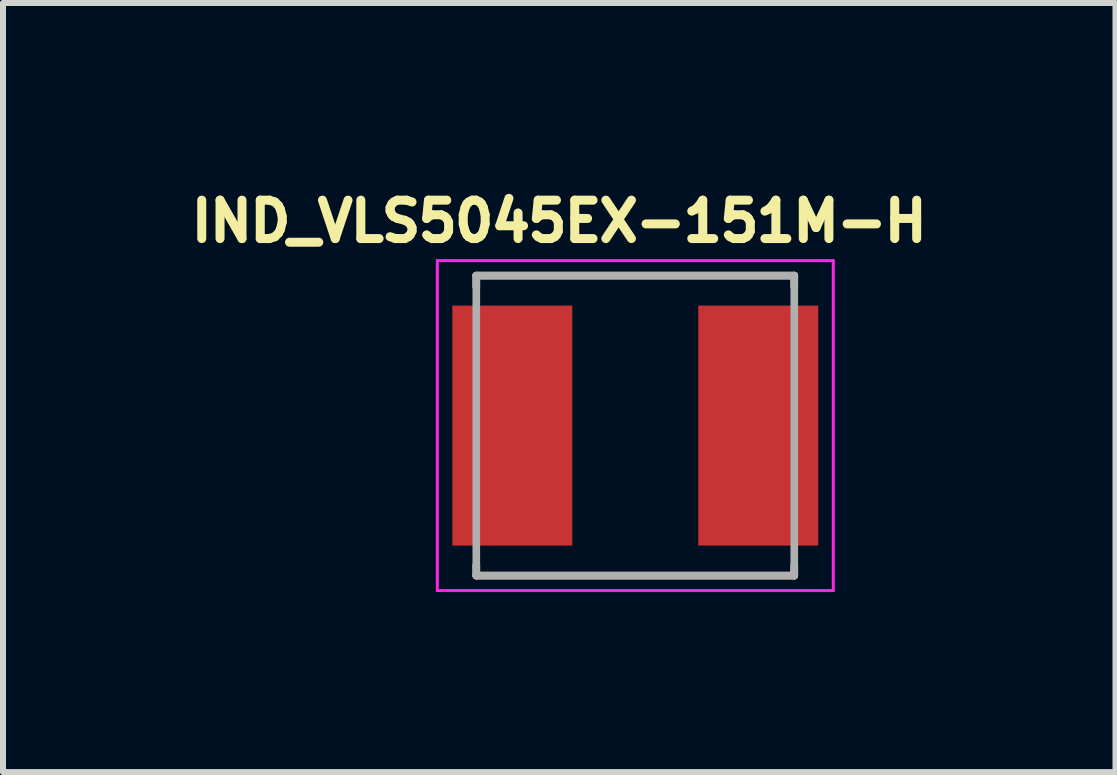
<source format=kicad_pcb>
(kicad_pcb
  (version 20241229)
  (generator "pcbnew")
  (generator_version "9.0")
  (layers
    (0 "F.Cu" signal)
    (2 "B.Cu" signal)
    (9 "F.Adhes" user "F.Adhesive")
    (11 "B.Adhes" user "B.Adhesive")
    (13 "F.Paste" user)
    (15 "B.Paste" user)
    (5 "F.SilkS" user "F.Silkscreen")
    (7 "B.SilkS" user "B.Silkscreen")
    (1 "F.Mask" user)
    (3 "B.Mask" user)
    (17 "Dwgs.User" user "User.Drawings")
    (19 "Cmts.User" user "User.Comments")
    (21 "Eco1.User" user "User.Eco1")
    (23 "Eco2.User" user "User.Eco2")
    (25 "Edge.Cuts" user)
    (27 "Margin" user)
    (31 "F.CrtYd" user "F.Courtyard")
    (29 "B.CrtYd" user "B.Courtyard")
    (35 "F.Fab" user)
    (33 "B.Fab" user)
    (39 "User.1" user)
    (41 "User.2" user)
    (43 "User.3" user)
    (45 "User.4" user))
  (footprint "IND_VLS5045EX-151M-H"
    (layer "F.Cu")
    (at 7.539 4.044)
    (property "Reference" "IND_VLS5045EX-151M-H" (at -1.268 -3.406 0) (layer "F.SilkS") (effects (font (size 0.64 0.64) (thickness 0.15))))
    (attr smd)
    (fp_line (start -2.65 -2.5) (end -2.65 -2.32) (stroke (width 0.127) (type solid)) (layer "F.SilkS"))
    (fp_line (start -2.65 -2.5) (end 2.65 -2.5) (stroke (width 0.127) (type solid)) (layer "F.SilkS"))
    (fp_line (start -2.65 2.5) (end -2.65 2.32) (stroke (width 0.127) (type solid)) (layer "F.SilkS"))
    (fp_line (start -2.65 2.5) (end 2.65 2.5) (stroke (width 0.127) (type solid)) (layer "F.SilkS"))
    (fp_line (start 2.65 -2.5) (end 2.65 -2.32) (stroke (width 0.127) (type solid)) (layer "F.SilkS"))
    (fp_line (start 2.65 2.5) (end 2.65 2.32) (stroke (width 0.127) (type solid)) (layer "F.SilkS"))
    (fp_line (start -3.3 -2.75) (end -3.3 2.75) (stroke (width 0.05) (type solid)) (layer "F.CrtYd"))
    (fp_line (start -3.3 2.75) (end 3.3 2.75) (stroke (width 0.05) (type solid)) (layer "F.CrtYd"))
    (fp_line (start 3.3 -2.75) (end -3.3 -2.75) (stroke (width 0.05) (type solid)) (layer "F.CrtYd"))
    (fp_line (start 3.3 2.75) (end 3.3 -2.75) (stroke (width 0.05) (type solid)) (layer "F.CrtYd"))
    (fp_line (start -2.65 -2.5) (end -2.65 2.5) (stroke (width 0.127) (type solid)) (layer "F.Fab"))
    (fp_line (start -2.65 -2.5) (end 2.65 -2.5) (stroke (width 0.127) (type solid)) (layer "F.Fab"))
    (fp_line (start -2.65 2.5) (end 2.65 2.5) (stroke (width 0.127) (type solid)) (layer "F.Fab"))
    (fp_line (start 2.65 -2.5) (end 2.65 2.5) (stroke (width 0.127) (type solid)) (layer "F.Fab"))
    (pad "1" smd rect (at -2.05 0) (size 2 4) (layers "F.Cu" "F.Mask" "F.Paste"))
    (pad "2" smd rect (at 2.05 0) (size 2 4) (layers "F.Cu" "F.Mask" "F.Paste")))
  (gr_rect
    (start -3 -3)
    (end 15.543 9.819)
    (stroke (width 0.1) (type default))
    (fill no)
    (layer "Edge.Cuts")))
</source>
